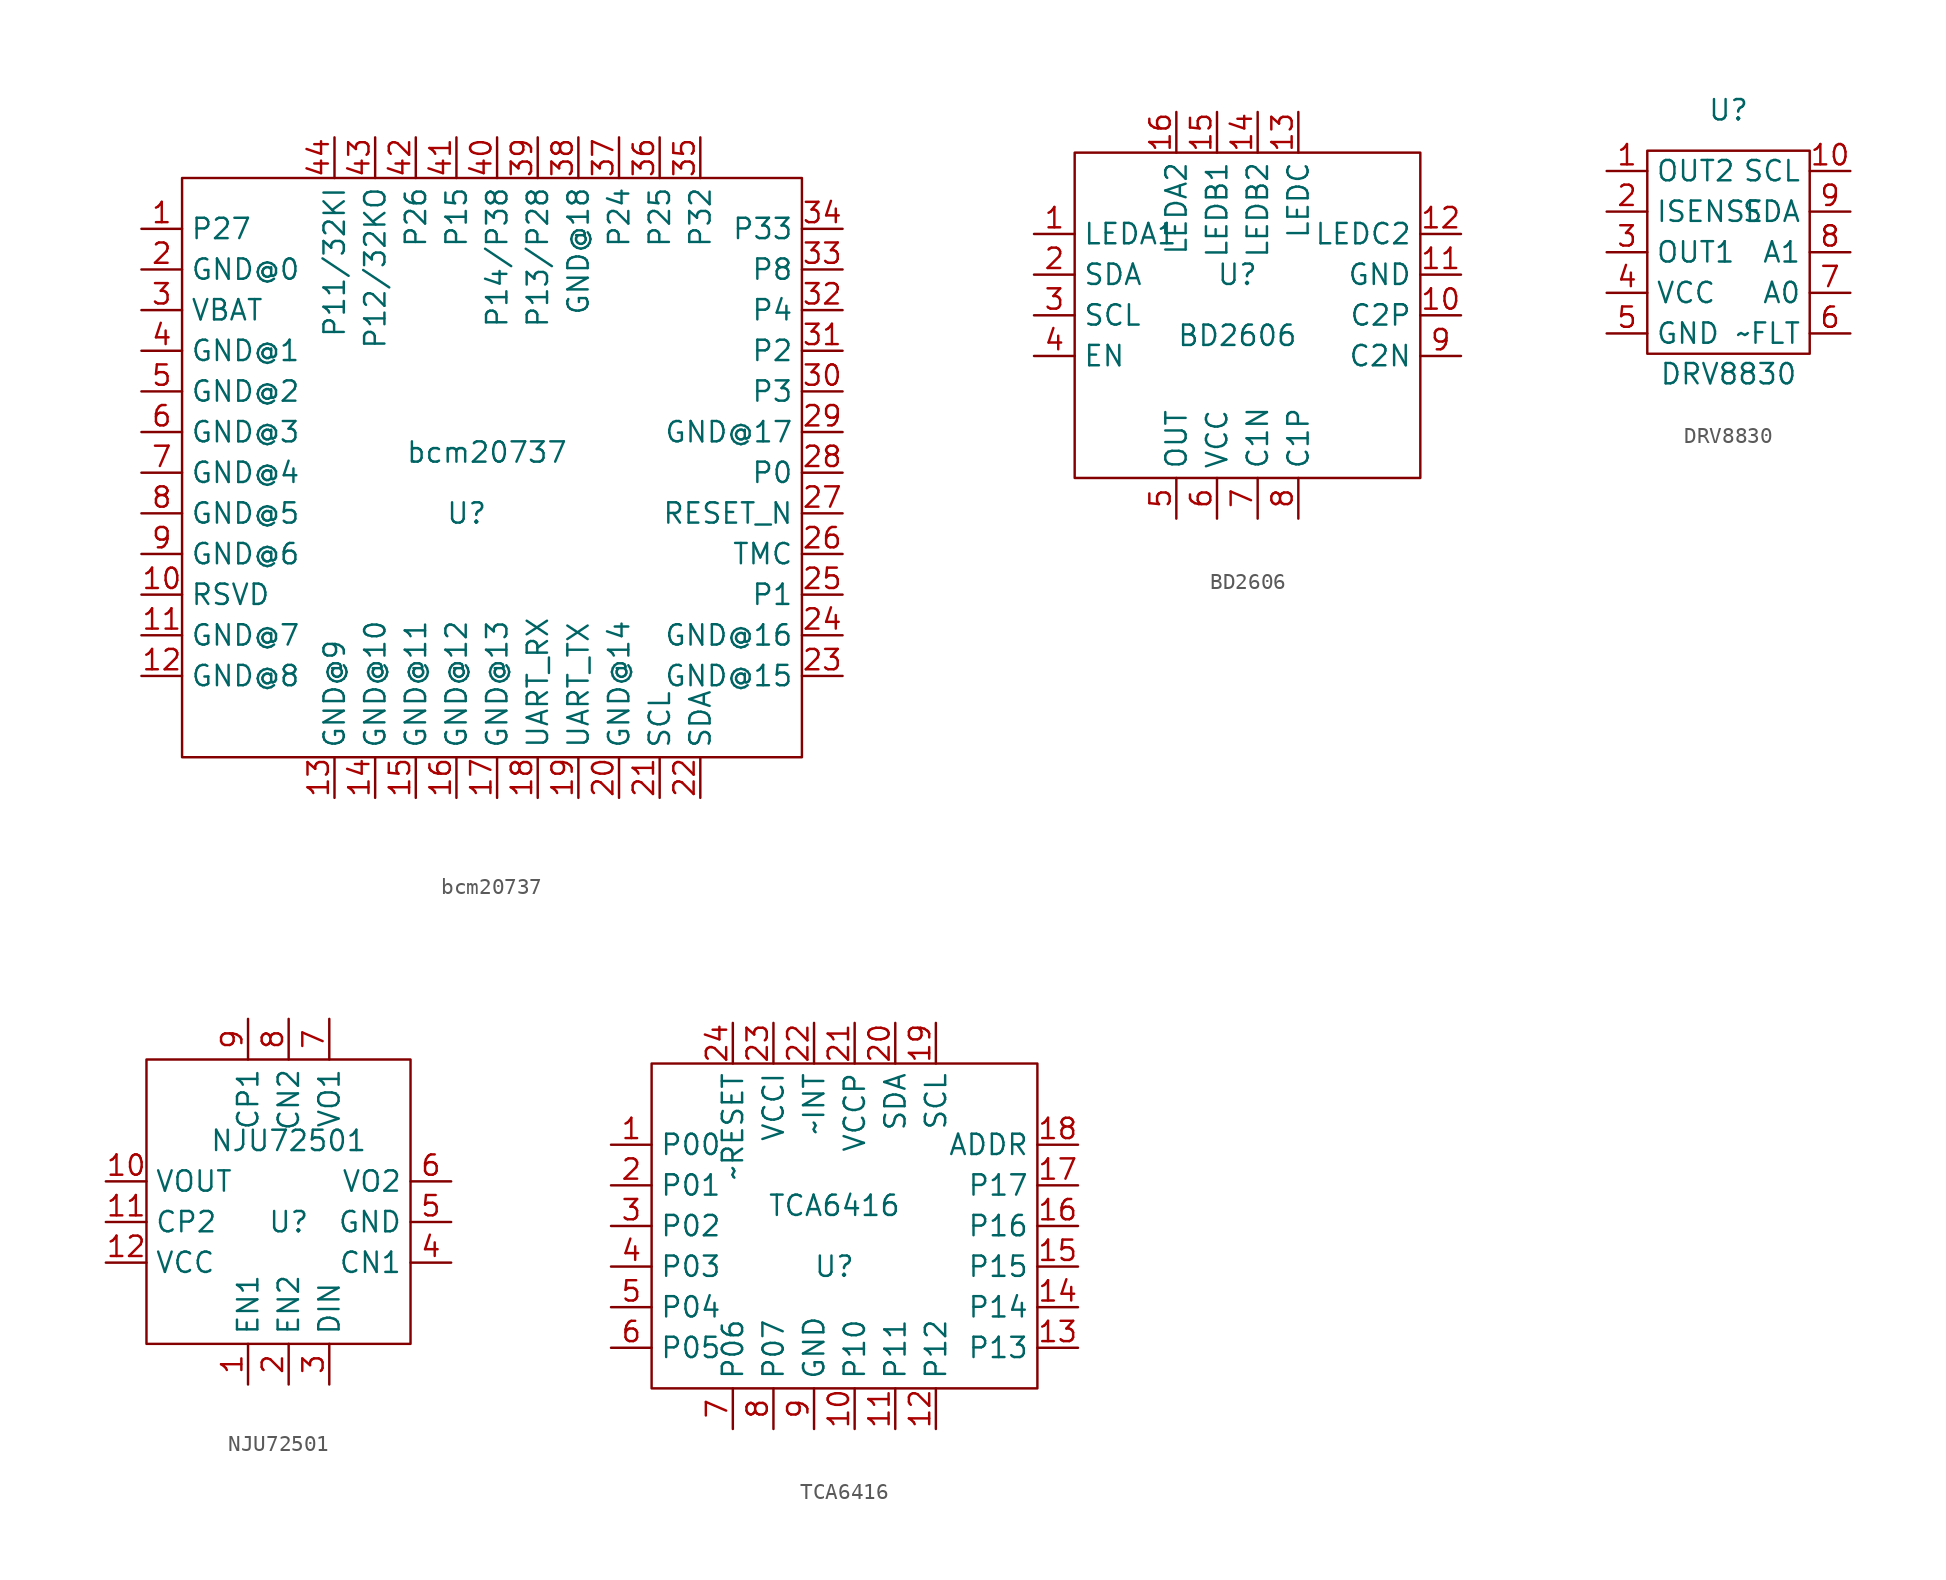
<source format=kicad_sym>
(kicad_symbol_lib
  (version 20211014)
  (generator kicad_symbol_editor)
  (symbol "bcm20737"
    (property "Reference" "U"
      (at -1.27 -3.81 0)
      (effects (font (size 1.27 1.27))))
    (property "Value" "bcm20737"
      (at 0 0 0)
      (effects (font (size 1.27 1.27))))
    (symbol "bcm20737_0_1"
      (rectangle (start -19.05 17.145) (end 19.685 -19.05) (stroke (width 0) (type default) (color 0 0 0 0)) (fill (type none))))
    (symbol "bcm20737_1_1"
      (pin input line (at -21.59 13.97 0) (length 2.54) (name "P27" (effects (font (size 1.27 1.27)))) (number "1" (effects (font (size 1.27 1.27)))))
      (pin free line (at -21.59 -8.89 0) (length 2.54) (name "RSVD" (effects (font (size 1.27 1.27)))) (number "10" (effects (font (size 1.27 1.27)))))
      (pin power_in line (at -21.59 -11.43 0) (length 2.54) (name "GND@7" (effects (font (size 1.27 1.27)))) (number "11" (effects (font (size 1.27 1.27)))))
      (pin power_in line (at -21.59 -13.97 0) (length 2.54) (name "GND@8" (effects (font (size 1.27 1.27)))) (number "12" (effects (font (size 1.27 1.27)))))
      (pin power_in line (at -9.525 -21.59 90) (length 2.54) (name "GND@9" (effects (font (size 1.27 1.27)))) (number "13" (effects (font (size 1.27 1.27)))))
      (pin power_in line (at -6.985 -21.59 90) (length 2.54) (name "GND@10" (effects (font (size 1.27 1.27)))) (number "14" (effects (font (size 1.27 1.27)))))
      (pin power_in line (at -4.445 -21.59 90) (length 2.54) (name "GND@11" (effects (font (size 1.27 1.27)))) (number "15" (effects (font (size 1.27 1.27)))))
      (pin power_in line (at -1.905 -21.59 90) (length 2.54) (name "GND@12" (effects (font (size 1.27 1.27)))) (number "16" (effects (font (size 1.27 1.27)))))
      (pin power_in line (at 0.635 -21.59 90) (length 2.54) (name "GND@13" (effects (font (size 1.27 1.27)))) (number "17" (effects (font (size 1.27 1.27)))))
      (pin input line (at 3.175 -21.59 90) (length 2.54) (name "UART_RX" (effects (font (size 1.27 1.27)))) (number "18" (effects (font (size 1.27 1.27)))))
      (pin input line (at 5.715 -21.59 90) (length 2.54) (name "UART_TX" (effects (font (size 1.27 1.27)))) (number "19" (effects (font (size 1.27 1.27)))))
      (pin input line (at -21.59 11.43 0) (length 2.54) (name "GND@0" (effects (font (size 1.27 1.27)))) (number "2" (effects (font (size 1.27 1.27)))))
      (pin free line (at 8.255 -21.59 90) (length 2.54) (name "GND@14" (effects (font (size 1.27 1.27)))) (number "20" (effects (font (size 1.27 1.27)))))
      (pin bidirectional line (at 10.795 -21.59 90) (length 2.54) (name "SCL" (effects (font (size 1.27 1.27)))) (number "21" (effects (font (size 1.27 1.27)))))
      (pin bidirectional line (at 13.335 -21.59 90) (length 2.54) (name "SDA" (effects (font (size 1.27 1.27)))) (number "22" (effects (font (size 1.27 1.27)))))
      (pin power_in line (at 22.225 -13.97 180) (length 2.54) (name "GND@15" (effects (font (size 1.27 1.27)))) (number "23" (effects (font (size 1.27 1.27)))))
      (pin power_in line (at 22.225 -11.43 180) (length 2.54) (name "GND@16" (effects (font (size 1.27 1.27)))) (number "24" (effects (font (size 1.27 1.27)))))
      (pin bidirectional line (at 22.225 -8.89 180) (length 2.54) (name "P1" (effects (font (size 1.27 1.27)))) (number "25" (effects (font (size 1.27 1.27)))))
      (pin bidirectional line (at 22.225 -6.35 180) (length 2.54) (name "TMC" (effects (font (size 1.27 1.27)))) (number "26" (effects (font (size 1.27 1.27)))))
      (pin input line (at 22.225 -3.81 180) (length 2.54) (name "RESET_N" (effects (font (size 1.27 1.27)))) (number "27" (effects (font (size 1.27 1.27)))))
      (pin bidirectional line (at 22.225 -1.27 180) (length 2.54) (name "P0" (effects (font (size 1.27 1.27)))) (number "28" (effects (font (size 1.27 1.27)))))
      (pin power_in line (at 22.225 1.27 180) (length 2.54) (name "GND@17" (effects (font (size 1.27 1.27)))) (number "29" (effects (font (size 1.27 1.27)))))
      (pin power_in line (at -21.59 8.89 0) (length 2.54) (name "VBAT" (effects (font (size 1.27 1.27)))) (number "3" (effects (font (size 1.27 1.27)))))
      (pin bidirectional line (at 22.225 3.81 180) (length 2.54) (name "P3" (effects (font (size 1.27 1.27)))) (number "30" (effects (font (size 1.27 1.27)))))
      (pin bidirectional line (at 22.225 6.35 180) (length 2.54) (name "P2" (effects (font (size 1.27 1.27)))) (number "31" (effects (font (size 1.27 1.27)))))
      (pin bidirectional line (at 22.225 8.89 180) (length 2.54) (name "P4" (effects (font (size 1.27 1.27)))) (number "32" (effects (font (size 1.27 1.27)))))
      (pin bidirectional line (at 22.225 11.43 180) (length 2.54) (name "P8" (effects (font (size 1.27 1.27)))) (number "33" (effects (font (size 1.27 1.27)))))
      (pin bidirectional line (at 22.225 13.97 180) (length 2.54) (name "P33" (effects (font (size 1.27 1.27)))) (number "34" (effects (font (size 1.27 1.27)))))
      (pin bidirectional line (at 13.335 19.685 270) (length 2.54) (name "P32" (effects (font (size 1.27 1.27)))) (number "35" (effects (font (size 1.27 1.27)))))
      (pin bidirectional line (at 10.795 19.685 270) (length 2.54) (name "P25" (effects (font (size 1.27 1.27)))) (number "36" (effects (font (size 1.27 1.27)))))
      (pin bidirectional line (at 8.255 19.685 270) (length 2.54) (name "P24" (effects (font (size 1.27 1.27)))) (number "37" (effects (font (size 1.27 1.27)))))
      (pin bidirectional line (at 5.715 19.685 270) (length 2.54) (name "GND@18" (effects (font (size 1.27 1.27)))) (number "38" (effects (font (size 1.27 1.27)))))
      (pin bidirectional line (at 3.175 19.685 270) (length 2.54) (name "P13/P28" (effects (font (size 1.27 1.27)))) (number "39" (effects (font (size 1.27 1.27)))))
      (pin power_in line (at -21.59 6.35 0) (length 2.54) (name "GND@1" (effects (font (size 1.27 1.27)))) (number "4" (effects (font (size 1.27 1.27)))))
      (pin bidirectional line (at 0.635 19.685 270) (length 2.54) (name "P14/P38" (effects (font (size 1.27 1.27)))) (number "40" (effects (font (size 1.27 1.27)))))
      (pin bidirectional line (at -1.905 19.685 270) (length 2.54) (name "P15" (effects (font (size 1.27 1.27)))) (number "41" (effects (font (size 1.27 1.27)))))
      (pin bidirectional line (at -4.445 19.685 270) (length 2.54) (name "P26" (effects (font (size 1.27 1.27)))) (number "42" (effects (font (size 1.27 1.27)))))
      (pin bidirectional line (at -6.985 19.685 270) (length 2.54) (name "P12/32KO" (effects (font (size 1.27 1.27)))) (number "43" (effects (font (size 1.27 1.27)))))
      (pin bidirectional line (at -9.525 19.685 270) (length 2.54) (name "P11/32KI" (effects (font (size 1.27 1.27)))) (number "44" (effects (font (size 1.27 1.27)))))
      (pin power_in line (at -21.59 3.81 0) (length 2.54) (name "GND@2" (effects (font (size 1.27 1.27)))) (number "5" (effects (font (size 1.27 1.27)))))
      (pin power_in line (at -21.59 1.27 0) (length 2.54) (name "GND@3" (effects (font (size 1.27 1.27)))) (number "6" (effects (font (size 1.27 1.27)))))
      (pin power_in line (at -21.59 -1.27 0) (length 2.54) (name "GND@4" (effects (font (size 1.27 1.27)))) (number "7" (effects (font (size 1.27 1.27)))))
      (pin power_in line (at -21.59 -3.81 0) (length 2.54) (name "GND@5" (effects (font (size 1.27 1.27)))) (number "8" (effects (font (size 1.27 1.27)))))
      (pin power_in line (at -21.59 -6.35 0) (length 2.54) (name "GND@6" (effects (font (size 1.27 1.27)))) (number "9" (effects (font (size 1.27 1.27)))))))
  (symbol "BD2606"
    (property "Reference" "U"
      (at 0 2.54 0)
      (effects (font (size 1.27 1.27))))
    (property "Value" "BD2606"
      (at 0 -1.27 0)
      (effects (font (size 1.27 1.27))))
    (symbol "BD2606_0_1"
      (rectangle (start -10.16 10.16) (end 11.43 -10.16) (stroke (width 0) (type default) (color 0 0 0 0)) (fill (type none))))
    (symbol "BD2606_1_1"
      (pin output line (at -12.7 5.08 0) (length 2.54) (name "LEDA1" (effects (font (size 1.27 1.27)))) (number "1" (effects (font (size 1.27 1.27)))))
      (pin bidirectional line (at 13.97 0 180) (length 2.54) (name "C2P" (effects (font (size 1.27 1.27)))) (number "10" (effects (font (size 1.27 1.27)))))
      (pin bidirectional line (at 13.97 2.54 180) (length 2.54) (name "GND" (effects (font (size 1.27 1.27)))) (number "11" (effects (font (size 1.27 1.27)))))
      (pin output line (at 13.97 5.08 180) (length 2.54) (name "LEDC2" (effects (font (size 1.27 1.27)))) (number "12" (effects (font (size 1.27 1.27)))))
      (pin output line (at 3.81 12.7 270) (length 2.54) (name "LEDC" (effects (font (size 1.27 1.27)))) (number "13" (effects (font (size 1.27 1.27)))))
      (pin output line (at 1.27 12.7 270) (length 2.54) (name "LEDB2" (effects (font (size 1.27 1.27)))) (number "14" (effects (font (size 1.27 1.27)))))
      (pin output line (at -1.27 12.7 270) (length 2.54) (name "LEDB1" (effects (font (size 1.27 1.27)))) (number "15" (effects (font (size 1.27 1.27)))))
      (pin output line (at -3.81 12.7 270) (length 2.54) (name "LEDA2" (effects (font (size 1.27 1.27)))) (number "16" (effects (font (size 1.27 1.27)))))
      (pin bidirectional line (at -12.7 2.54 0) (length 2.54) (name "SDA" (effects (font (size 1.27 1.27)))) (number "2" (effects (font (size 1.27 1.27)))))
      (pin bidirectional line (at -12.7 0 0) (length 2.54) (name "SCL" (effects (font (size 1.27 1.27)))) (number "3" (effects (font (size 1.27 1.27)))))
      (pin input line (at -12.7 -2.54 0) (length 2.54) (name "EN" (effects (font (size 1.27 1.27)))) (number "4" (effects (font (size 1.27 1.27)))))
      (pin input line (at -3.81 -12.7 90) (length 2.54) (name "OUT" (effects (font (size 1.27 1.27)))) (number "5" (effects (font (size 1.27 1.27)))))
      (pin power_in line (at -1.27 -12.7 90) (length 2.54) (name "VCC" (effects (font (size 1.27 1.27)))) (number "6" (effects (font (size 1.27 1.27)))))
      (pin bidirectional line (at 1.27 -12.7 90) (length 2.54) (name "C1N" (effects (font (size 1.27 1.27)))) (number "7" (effects (font (size 1.27 1.27)))))
      (pin bidirectional line (at 3.81 -12.7 90) (length 2.54) (name "C1P" (effects (font (size 1.27 1.27)))) (number "8" (effects (font (size 1.27 1.27)))))
      (pin bidirectional line (at 13.97 -2.54 180) (length 2.54) (name "C2N" (effects (font (size 1.27 1.27)))) (number "9" (effects (font (size 1.27 1.27)))))))
  (symbol "DRV8830"
    (property "Reference" "U"
      (at 0 5.08 0)
      (effects (font (size 1.27 1.27))))
    (property "Value" "DRV8830"
      (at 0 -11.43 0)
      (effects (font (size 1.27 1.27))))
    (symbol "DRV8830_0_1"
      (rectangle (start -5.08 2.54) (end 5.08 -10.16) (stroke (width 0) (type default) (color 0 0 0 0)) (fill (type none))))
    (symbol "DRV8830_1_1"
      (pin bidirectional line (at -7.62 1.27 0) (length 2.54) (name "OUT2" (effects (font (size 1.27 1.27)))) (number "1" (effects (font (size 1.27 1.27)))))
      (pin bidirectional line (at 7.62 1.27 180) (length 2.54) (name "SCL" (effects (font (size 1.27 1.27)))) (number "10" (effects (font (size 1.27 1.27)))))
      (pin bidirectional line (at -7.62 -1.27 0) (length 2.54) (name "ISENSE" (effects (font (size 1.27 1.27)))) (number "2" (effects (font (size 1.27 1.27)))))
      (pin bidirectional line (at -7.62 -3.81 0) (length 2.54) (name "OUT1" (effects (font (size 1.27 1.27)))) (number "3" (effects (font (size 1.27 1.27)))))
      (pin bidirectional line (at -7.62 -6.35 0) (length 2.54) (name "VCC" (effects (font (size 1.27 1.27)))) (number "4" (effects (font (size 1.27 1.27)))))
      (pin bidirectional line (at -7.62 -8.89 0) (length 2.54) (name "GND" (effects (font (size 1.27 1.27)))) (number "5" (effects (font (size 1.27 1.27)))))
      (pin bidirectional line (at 7.62 -8.89 180) (length 2.54) (name "~FLT" (effects (font (size 1.27 1.27)))) (number "6" (effects (font (size 1.27 1.27)))))
      (pin bidirectional line (at 7.62 -6.35 180) (length 2.54) (name "A0" (effects (font (size 1.27 1.27)))) (number "7" (effects (font (size 1.27 1.27)))))
      (pin bidirectional line (at 7.62 -3.81 180) (length 2.54) (name "A1" (effects (font (size 1.27 1.27)))) (number "8" (effects (font (size 1.27 1.27)))))
      (pin bidirectional line (at 7.62 -1.27 180) (length 2.54) (name "SDA" (effects (font (size 1.27 1.27)))) (number "9" (effects (font (size 1.27 1.27)))))))
  (symbol "NJU72501"
    (property "Reference" "U"
      (at 0 0 0)
      (effects (font (size 1.27 1.27))))
    (property "Value" "NJU72501"
      (at 0 5.08 0)
      (effects (font (size 1.27 1.27))))
    (symbol "NJU72501_0_1"
      (rectangle (start -8.89 10.16) (end 7.62 -7.62) (stroke (width 0) (type default) (color 0 0 0 0)) (fill (type none))))
    (symbol "NJU72501_1_1"
      (pin input line (at -2.54 -10.16 90) (length 2.54) (name "EN1" (effects (font (size 1.27 1.27)))) (number "1" (effects (font (size 1.27 1.27)))))
      (pin output line (at -11.43 2.54 0) (length 2.54) (name "VOUT" (effects (font (size 1.27 1.27)))) (number "10" (effects (font (size 1.27 1.27)))))
      (pin bidirectional line (at -11.43 0 0) (length 2.54) (name "CP2" (effects (font (size 1.27 1.27)))) (number "11" (effects (font (size 1.27 1.27)))))
      (pin bidirectional line (at -11.43 -2.54 0) (length 2.54) (name "VCC" (effects (font (size 1.27 1.27)))) (number "12" (effects (font (size 1.27 1.27)))))
      (pin input line (at 0 -10.16 90) (length 2.54) (name "EN2" (effects (font (size 1.27 1.27)))) (number "2" (effects (font (size 1.27 1.27)))))
      (pin output line (at 2.54 -10.16 90) (length 2.54) (name "DIN" (effects (font (size 1.27 1.27)))) (number "3" (effects (font (size 1.27 1.27)))))
      (pin bidirectional line (at 10.16 -2.54 180) (length 2.54) (name "CN1" (effects (font (size 1.27 1.27)))) (number "4" (effects (font (size 1.27 1.27)))))
      (pin bidirectional line (at 10.16 0 180) (length 2.54) (name "GND" (effects (font (size 1.27 1.27)))) (number "5" (effects (font (size 1.27 1.27)))))
      (pin output line (at 10.16 2.54 180) (length 2.54) (name "VO2" (effects (font (size 1.27 1.27)))) (number "6" (effects (font (size 1.27 1.27)))))
      (pin output line (at 2.54 12.7 270) (length 2.54) (name "VO1" (effects (font (size 1.27 1.27)))) (number "7" (effects (font (size 1.27 1.27)))))
      (pin bidirectional line (at 0 12.7 270) (length 2.54) (name "CN2" (effects (font (size 1.27 1.27)))) (number "8" (effects (font (size 1.27 1.27)))))
      (pin bidirectional line (at -2.54 12.7 270) (length 2.54) (name "CP1" (effects (font (size 1.27 1.27)))) (number "9" (effects (font (size 1.27 1.27)))))))
  (symbol "TCA6416"
    (property "Reference" "U"
      (at 2.54 -3.81 0)
      (effects (font (size 1.27 1.27))))
    (property "Value" "TCA6416"
      (at 2.54 0 0)
      (effects (font (size 1.27 1.27))))
    (symbol "TCA6416_0_1"
      (rectangle (start -8.89 8.89) (end 15.24 -11.43) (stroke (width 0) (type default) (color 0 0 0 0)) (fill (type none))))
    (symbol "TCA6416_1_1"
      (pin bidirectional line (at -11.43 3.81 0) (length 2.54) (name "P00" (effects (font (size 1.27 1.27)))) (number "1" (effects (font (size 1.27 1.27)))))
      (pin bidirectional line (at 3.81 -13.97 90) (length 2.54) (name "P10" (effects (font (size 1.27 1.27)))) (number "10" (effects (font (size 1.27 1.27)))))
      (pin bidirectional line (at 6.35 -13.97 90) (length 2.54) (name "P11" (effects (font (size 1.27 1.27)))) (number "11" (effects (font (size 1.27 1.27)))))
      (pin bidirectional line (at 8.89 -13.97 90) (length 2.54) (name "P12" (effects (font (size 1.27 1.27)))) (number "12" (effects (font (size 1.27 1.27)))))
      (pin bidirectional line (at 17.78 -8.89 180) (length 2.54) (name "P13" (effects (font (size 1.27 1.27)))) (number "13" (effects (font (size 1.27 1.27)))))
      (pin bidirectional line (at 17.78 -6.35 180) (length 2.54) (name "P14" (effects (font (size 1.27 1.27)))) (number "14" (effects (font (size 1.27 1.27)))))
      (pin bidirectional line (at 17.78 -3.81 180) (length 2.54) (name "P15" (effects (font (size 1.27 1.27)))) (number "15" (effects (font (size 1.27 1.27)))))
      (pin bidirectional line (at 17.78 -1.27 180) (length 2.54) (name "P16" (effects (font (size 1.27 1.27)))) (number "16" (effects (font (size 1.27 1.27)))))
      (pin bidirectional line (at 17.78 1.27 180) (length 2.54) (name "P17" (effects (font (size 1.27 1.27)))) (number "17" (effects (font (size 1.27 1.27)))))
      (pin bidirectional line (at 17.78 3.81 180) (length 2.54) (name "ADDR" (effects (font (size 1.27 1.27)))) (number "18" (effects (font (size 1.27 1.27)))))
      (pin bidirectional line (at 8.89 11.43 270) (length 2.54) (name "SCL" (effects (font (size 1.27 1.27)))) (number "19" (effects (font (size 1.27 1.27)))))
      (pin bidirectional line (at -11.43 1.27 0) (length 2.54) (name "P01" (effects (font (size 1.27 1.27)))) (number "2" (effects (font (size 1.27 1.27)))))
      (pin bidirectional line (at 6.35 11.43 270) (length 2.54) (name "SDA" (effects (font (size 1.27 1.27)))) (number "20" (effects (font (size 1.27 1.27)))))
      (pin bidirectional line (at 3.81 11.43 270) (length 2.54) (name "VCCP" (effects (font (size 1.27 1.27)))) (number "21" (effects (font (size 1.27 1.27)))))
      (pin bidirectional line (at 1.27 11.43 270) (length 2.54) (name "~INT" (effects (font (size 1.27 1.27)))) (number "22" (effects (font (size 1.27 1.27)))))
      (pin bidirectional line (at -1.27 11.43 270) (length 2.54) (name "VCCI" (effects (font (size 1.27 1.27)))) (number "23" (effects (font (size 1.27 1.27)))))
      (pin bidirectional line (at -3.81 11.43 270) (length 2.54) (name "~RESET" (effects (font (size 1.27 1.27)))) (number "24" (effects (font (size 1.27 1.27)))))
      (pin bidirectional line (at -11.43 -1.27 0) (length 2.54) (name "P02" (effects (font (size 1.27 1.27)))) (number "3" (effects (font (size 1.27 1.27)))))
      (pin bidirectional line (at -11.43 -3.81 0) (length 2.54) (name "P03" (effects (font (size 1.27 1.27)))) (number "4" (effects (font (size 1.27 1.27)))))
      (pin bidirectional line (at -11.43 -6.35 0) (length 2.54) (name "P04" (effects (font (size 1.27 1.27)))) (number "5" (effects (font (size 1.27 1.27)))))
      (pin bidirectional line (at -11.43 -8.89 0) (length 2.54) (name "P05" (effects (font (size 1.27 1.27)))) (number "6" (effects (font (size 1.27 1.27)))))
      (pin bidirectional line (at -3.81 -13.97 90) (length 2.54) (name "P06" (effects (font (size 1.27 1.27)))) (number "7" (effects (font (size 1.27 1.27)))))
      (pin bidirectional line (at -1.27 -13.97 90) (length 2.54) (name "P07" (effects (font (size 1.27 1.27)))) (number "8" (effects (font (size 1.27 1.27)))))
      (pin bidirectional line (at 1.27 -13.97 90) (length 2.54) (name "GND" (effects (font (size 1.27 1.27)))) (number "9" (effects (font (size 1.27 1.27))))))))
</source>
